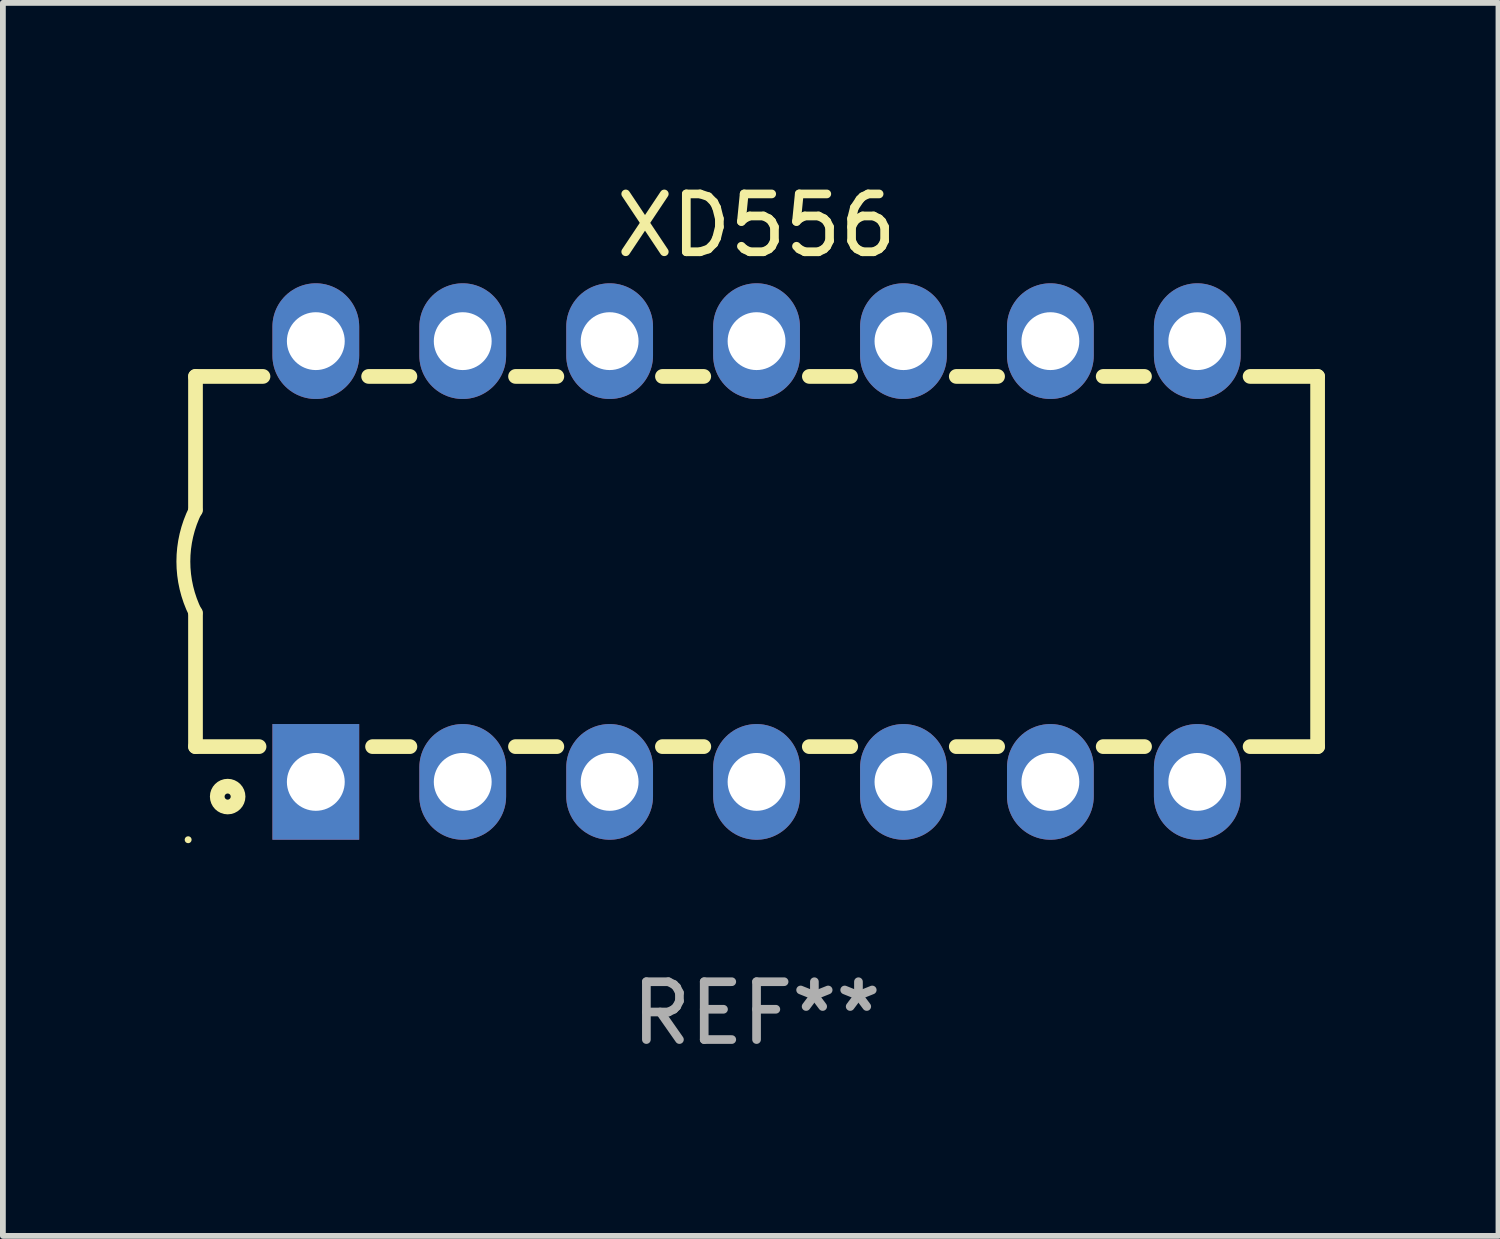
<source format=kicad_pcb>
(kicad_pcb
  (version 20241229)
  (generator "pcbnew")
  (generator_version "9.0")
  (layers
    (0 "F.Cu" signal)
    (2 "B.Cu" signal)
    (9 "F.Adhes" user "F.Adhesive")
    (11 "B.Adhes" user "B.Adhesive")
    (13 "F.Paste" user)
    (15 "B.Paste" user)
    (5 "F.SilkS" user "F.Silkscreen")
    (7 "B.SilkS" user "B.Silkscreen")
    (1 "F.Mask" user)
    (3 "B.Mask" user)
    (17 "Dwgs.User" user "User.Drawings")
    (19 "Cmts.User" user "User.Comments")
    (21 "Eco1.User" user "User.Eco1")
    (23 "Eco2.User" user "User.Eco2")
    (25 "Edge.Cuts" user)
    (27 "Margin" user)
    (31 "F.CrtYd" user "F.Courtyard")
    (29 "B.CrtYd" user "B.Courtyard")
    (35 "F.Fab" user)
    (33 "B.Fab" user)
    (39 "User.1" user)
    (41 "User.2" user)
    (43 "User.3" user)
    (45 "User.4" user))
  (footprint "XD556"
    (layer "F.Cu")
    (at 10.03 6.658)
    (property "Reference" "XD556" (at 0 -5.81 0) (layer "F.SilkS") (effects (font (size 1 1) (thickness 0.15))))
    (attr through_hole)
    (fp_line (start -9.7 -3.2) (end -9.7 -0.889) (stroke (width 0.254) (type solid)) (layer "F.SilkS"))
    (fp_line (start -9.7 -3.2) (end -8.533 -3.2) (stroke (width 0.254) (type solid)) (layer "F.SilkS"))
    (fp_line (start -9.7 3.2) (end -9.7 0.889) (stroke (width 0.254) (type solid)) (layer "F.SilkS"))
    (fp_line (start -9.7 3.2) (end -8.601 3.2) (stroke (width 0.254) (type solid)) (layer "F.SilkS"))
    (fp_line (start -6.707 -3.2) (end -5.993 -3.2) (stroke (width 0.254) (type solid)) (layer "F.SilkS"))
    (fp_line (start -6.639 3.2) (end -5.993 3.2) (stroke (width 0.254) (type solid)) (layer "F.SilkS"))
    (fp_line (start -4.168 3.2) (end -3.453 3.2) (stroke (width 0.254) (type solid)) (layer "F.SilkS"))
    (fp_line (start -4.167 -3.2) (end -3.453 -3.2) (stroke (width 0.254) (type solid)) (layer "F.SilkS"))
    (fp_line (start -1.628 3.2) (end -0.912 3.2) (stroke (width 0.254) (type solid)) (layer "F.SilkS"))
    (fp_line (start -1.627 -3.2) (end -0.913 -3.2) (stroke (width 0.254) (type solid)) (layer "F.SilkS"))
    (fp_line (start 0.912 3.2) (end 1.628 3.2) (stroke (width 0.254) (type solid)) (layer "F.SilkS"))
    (fp_line (start 0.913 -3.2) (end 1.627 -3.2) (stroke (width 0.254) (type solid)) (layer "F.SilkS"))
    (fp_line (start 3.453 3.2) (end 4.168 3.2) (stroke (width 0.254) (type solid)) (layer "F.SilkS"))
    (fp_line (start 3.453 -3.2) (end 4.167 -3.2) (stroke (width 0.254) (type solid)) (layer "F.SilkS"))
    (fp_line (start 5.993 3.2) (end 6.708 3.2) (stroke (width 0.254) (type solid)) (layer "F.SilkS"))
    (fp_line (start 5.993 -3.2) (end 6.707 -3.2) (stroke (width 0.254) (type solid)) (layer "F.SilkS"))
    (fp_line (start 8.533 3.2) (end 9.7 3.2) (stroke (width 0.254) (type solid)) (layer "F.SilkS"))
    (fp_line (start 8.533 -3.2) (end 9.7 -3.2) (stroke (width 0.254) (type solid)) (layer "F.SilkS"))
    (fp_line (start 9.7 3.2) (end 9.7 -3.2) (stroke (width 0.254) (type solid)) (layer "F.SilkS"))
    (fp_arc (start -9.699822 0.889002) (mid -9.909826 0.000048) (end -9.700229 -0.889002) (stroke (width 0.240005) (type solid)) (layer "F.SilkS"))
    (fp_circle (center -9.827 4.81) (end -9.797 4.81) (stroke (width 0.06) (type solid)) (fill no) (layer "F.SilkS"))
    (fp_circle (center -9.144 4.064) (end -8.964 4.064) (stroke (width 0.254) (type solid)) (fill no) (layer "F.SilkS"))
    (fp_text user "REF**" (at 0 7.81 0) (layer "F.Fab") (effects (font (size 1 1) (thickness 0.15))))
    (pad "1" thru_hole rect (at -7.62 3.81 90) (size 2 1.5) (drill 1) (layers "*.Cu" "*.Mask"))
    (pad "2" thru_hole oval (at -5.08 3.81 90) (size 2 1.5) (drill 1) (layers "*.Cu" "*.Mask"))
    (pad "3" thru_hole oval (at -2.54 3.81 90) (size 2 1.5) (drill 1) (layers "*.Cu" "*.Mask"))
    (pad "4" thru_hole oval (at 0 3.81 90) (size 2 1.5) (drill 1) (layers "*.Cu" "*.Mask"))
    (pad "5" thru_hole oval (at 2.54 3.81 90) (size 2 1.5) (drill 1) (layers "*.Cu" "*.Mask"))
    (pad "6" thru_hole oval (at 5.08 3.81 90) (size 2 1.5) (drill 1) (layers "*.Cu" "*.Mask"))
    (pad "7" thru_hole oval (at 7.62 3.81 90) (size 2 1.5) (drill 1) (layers "*.Cu" "*.Mask"))
    (pad "8" thru_hole oval (at 7.62 -3.81 90) (size 2 1.5) (drill 1) (layers "*.Cu" "*.Mask"))
    (pad "9" thru_hole oval (at 5.08 -3.81 90) (size 2 1.5) (drill 1) (layers "*.Cu" "*.Mask"))
    (pad "10" thru_hole oval (at 2.54 -3.81 90) (size 2 1.5) (drill 1) (layers "*.Cu" "*.Mask"))
    (pad "11" thru_hole oval (at 0 -3.81 90) (size 2 1.5) (drill 1) (layers "*.Cu" "*.Mask"))
    (pad "12" thru_hole oval (at -2.54 -3.81 90) (size 2 1.5) (drill 1) (layers "*.Cu" "*.Mask"))
    (pad "13" thru_hole oval (at -5.08 -3.81 90) (size 2 1.5) (drill 1) (layers "*.Cu" "*.Mask"))
    (pad "14" thru_hole oval (at -7.62 -3.81 90) (size 2 1.5) (drill 1) (layers "*.Cu" "*.Mask")))
  (gr_rect
    (start -3 -3)
    (end 22.857 18.317)
    (stroke (width 0.1) (type default))
    (fill no)
    (layer "Edge.Cuts")))
</source>
